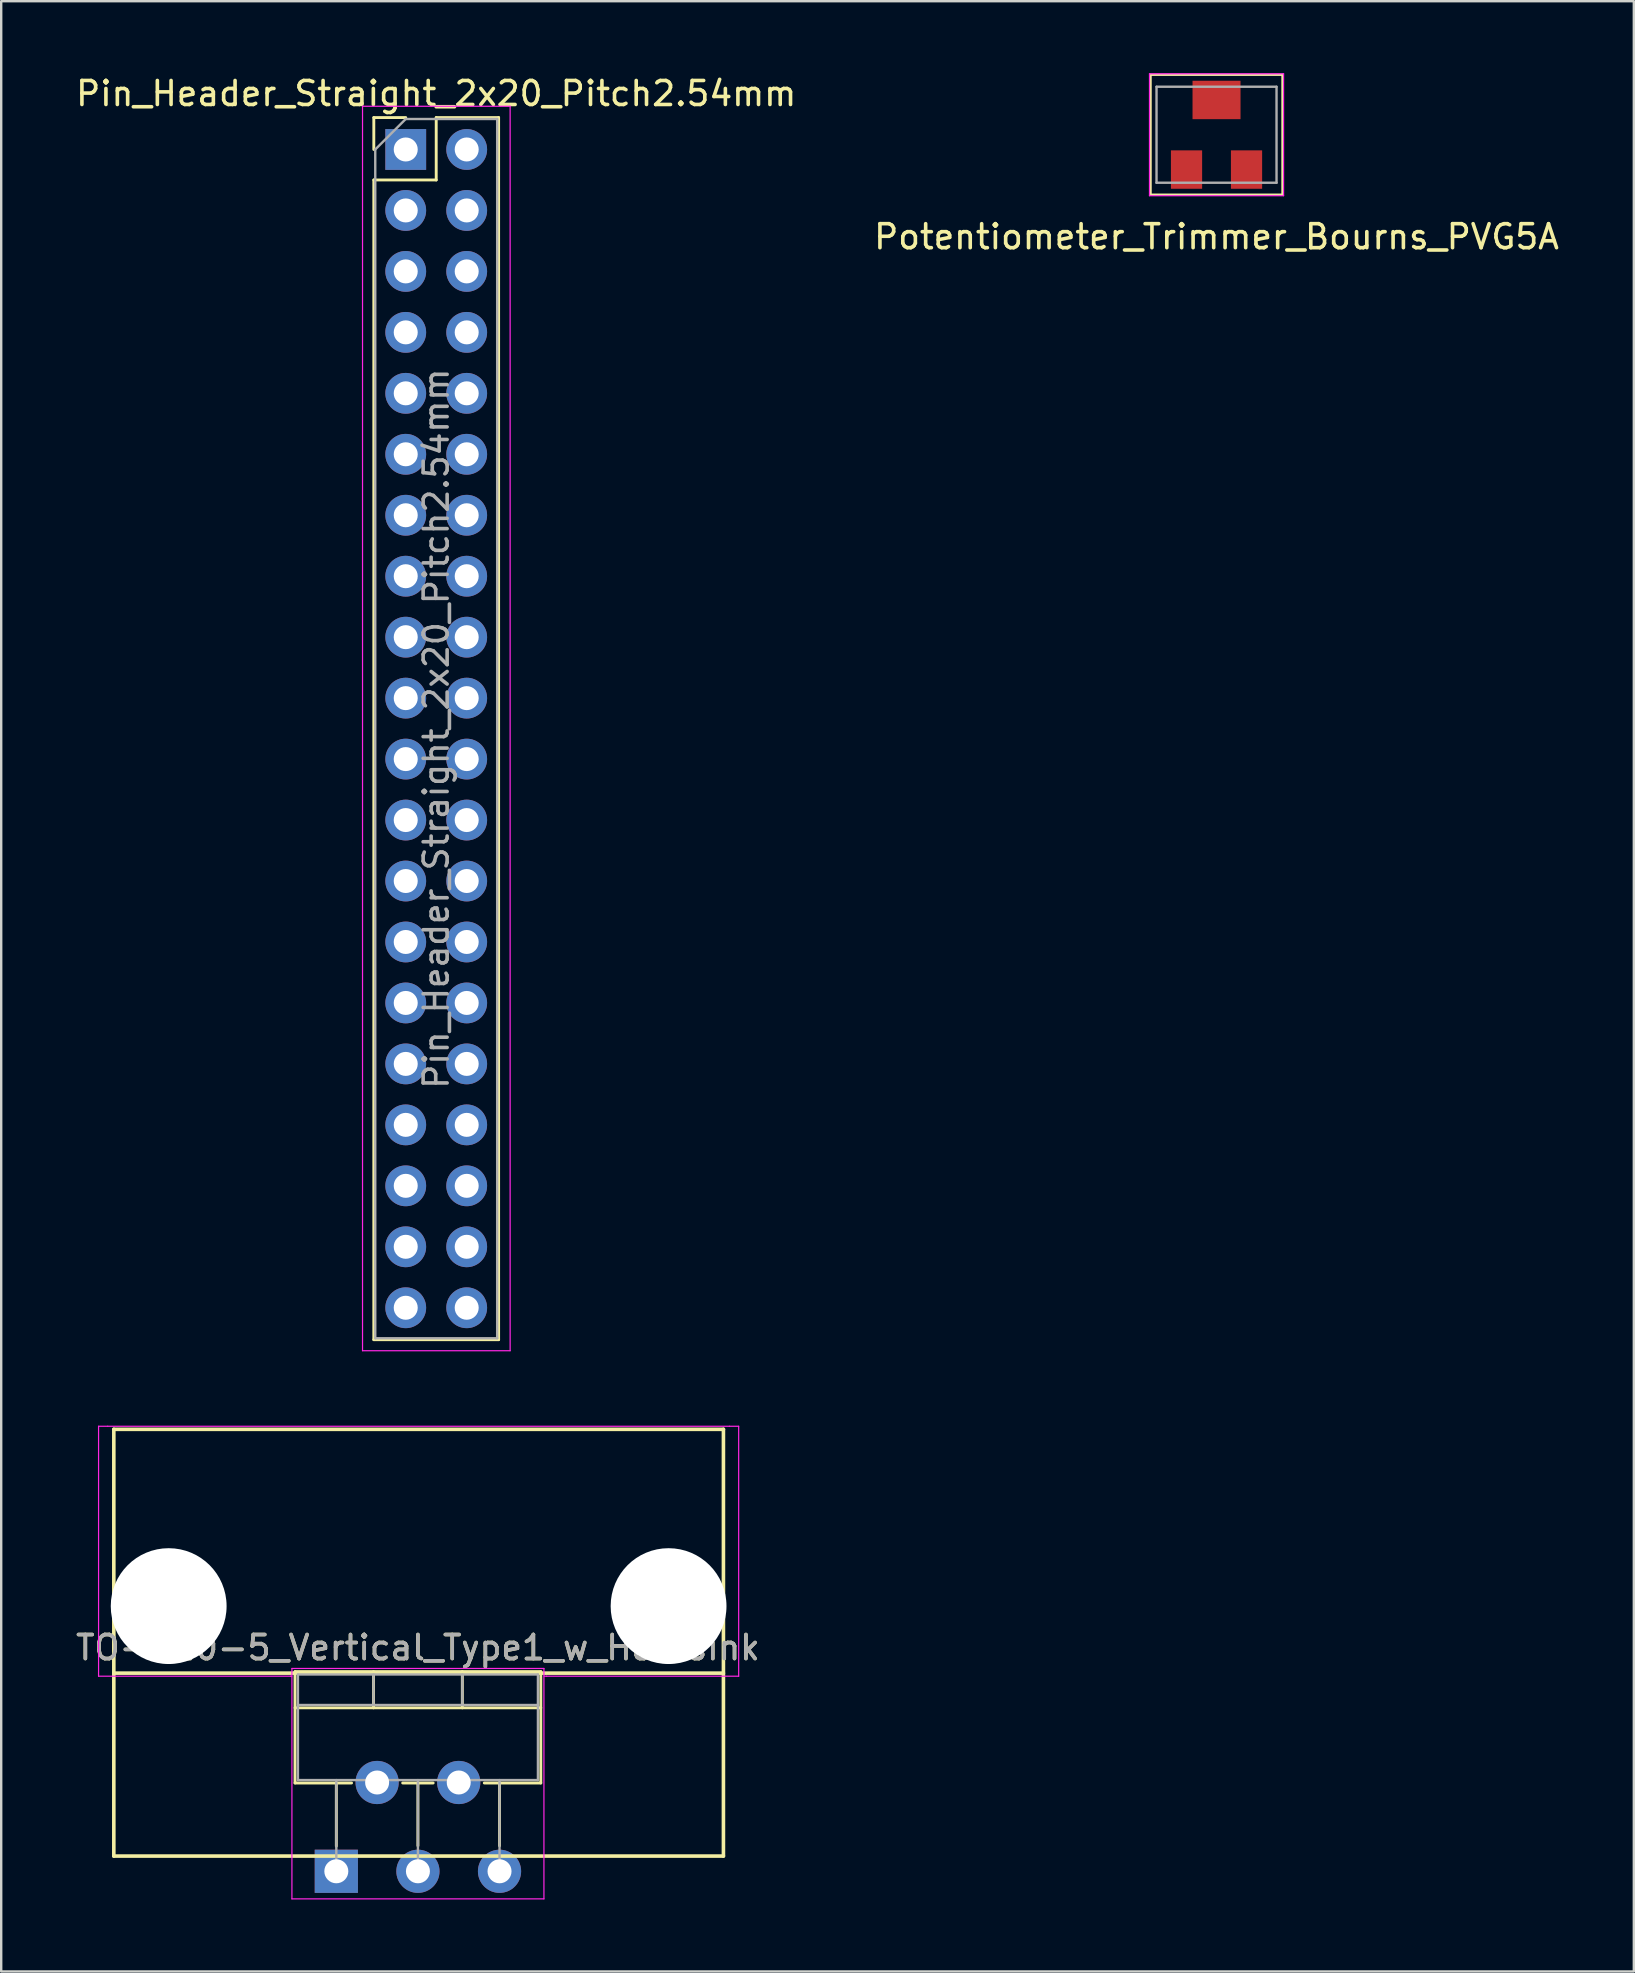
<source format=kicad_pcb>
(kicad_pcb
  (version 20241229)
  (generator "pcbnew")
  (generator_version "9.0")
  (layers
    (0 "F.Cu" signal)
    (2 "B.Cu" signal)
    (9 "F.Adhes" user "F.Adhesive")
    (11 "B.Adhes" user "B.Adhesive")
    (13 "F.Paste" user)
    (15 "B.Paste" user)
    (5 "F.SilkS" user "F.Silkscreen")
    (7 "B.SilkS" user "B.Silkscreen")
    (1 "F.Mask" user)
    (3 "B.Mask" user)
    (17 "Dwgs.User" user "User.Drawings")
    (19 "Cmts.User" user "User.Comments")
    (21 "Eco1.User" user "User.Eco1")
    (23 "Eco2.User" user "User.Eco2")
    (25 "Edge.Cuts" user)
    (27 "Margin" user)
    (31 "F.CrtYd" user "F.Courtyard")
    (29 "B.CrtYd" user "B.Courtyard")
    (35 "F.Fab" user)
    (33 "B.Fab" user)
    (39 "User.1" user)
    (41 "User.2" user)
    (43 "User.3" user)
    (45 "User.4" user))
  (footprint "Pin_Header_Straight_2x20_Pitch2.54mm"
    (layer "F.Cu")
    (at 13.855 3.178)
    (property "Reference" "Pin_Header_Straight_2x20_Pitch2.54mm" (at 1.27 -2.33 0) (layer "F.SilkS") (effects (font (size 1 1) (thickness 0.15))))
    (attr through_hole)
    (fp_line (start -1.33 -1.33) (end 0 -1.33) (stroke (width 0.12) (type solid)) (layer "F.SilkS"))
    (fp_line (start -1.33 0) (end -1.33 -1.33) (stroke (width 0.12) (type solid)) (layer "F.SilkS"))
    (fp_line (start -1.33 1.27) (end -1.33 49.59) (stroke (width 0.12) (type solid)) (layer "F.SilkS"))
    (fp_line (start -1.33 1.27) (end 1.27 1.27) (stroke (width 0.12) (type solid)) (layer "F.SilkS"))
    (fp_line (start -1.33 49.59) (end 3.87 49.59) (stroke (width 0.12) (type solid)) (layer "F.SilkS"))
    (fp_line (start 1.27 -1.33) (end 3.87 -1.33) (stroke (width 0.12) (type solid)) (layer "F.SilkS"))
    (fp_line (start 1.27 1.27) (end 1.27 -1.33) (stroke (width 0.12) (type solid)) (layer "F.SilkS"))
    (fp_line (start 3.87 -1.33) (end 3.87 49.59) (stroke (width 0.12) (type solid)) (layer "F.SilkS"))
    (fp_line (start -1.8 -1.8) (end -1.8 50.05) (stroke (width 0.05) (type solid)) (layer "F.CrtYd"))
    (fp_line (start -1.8 50.05) (end 4.35 50.05) (stroke (width 0.05) (type solid)) (layer "F.CrtYd"))
    (fp_line (start 4.35 -1.8) (end -1.8 -1.8) (stroke (width 0.05) (type solid)) (layer "F.CrtYd"))
    (fp_line (start 4.35 50.05) (end 4.35 -1.8) (stroke (width 0.05) (type solid)) (layer "F.CrtYd"))
    (fp_line (start -1.27 0) (end 0 -1.27) (stroke (width 0.1) (type solid)) (layer "F.Fab"))
    (fp_line (start -1.27 49.53) (end -1.27 0) (stroke (width 0.1) (type solid)) (layer "F.Fab"))
    (fp_line (start 0 -1.27) (end 3.81 -1.27) (stroke (width 0.1) (type solid)) (layer "F.Fab"))
    (fp_line (start 3.81 -1.27) (end 3.81 49.53) (stroke (width 0.1) (type solid)) (layer "F.Fab"))
    (fp_line (start 3.81 49.53) (end -1.27 49.53) (stroke (width 0.1) (type solid)) (layer "F.Fab"))
    (fp_text user "${REFERENCE}" (at 1.27 24.13 90) (layer "F.Fab") (effects (font (size 1 1) (thickness 0.15))))
    (pad "1" thru_hole rect (at 0 0) (size 1.7 1.7) (drill 1) (layers "*.Cu" "*.Mask"))
    (pad "2" thru_hole oval (at 2.54 0) (size 1.7 1.7) (drill 1) (layers "*.Cu" "*.Mask"))
    (pad "3" thru_hole oval (at 0 2.54) (size 1.7 1.7) (drill 1) (layers "*.Cu" "*.Mask"))
    (pad "4" thru_hole oval (at 2.54 2.54) (size 1.7 1.7) (drill 1) (layers "*.Cu" "*.Mask"))
    (pad "5" thru_hole oval (at 0 5.08) (size 1.7 1.7) (drill 1) (layers "*.Cu" "*.Mask"))
    (pad "6" thru_hole oval (at 2.54 5.08) (size 1.7 1.7) (drill 1) (layers "*.Cu" "*.Mask"))
    (pad "7" thru_hole oval (at 0 7.62) (size 1.7 1.7) (drill 1) (layers "*.Cu" "*.Mask"))
    (pad "8" thru_hole oval (at 2.54 7.62) (size 1.7 1.7) (drill 1) (layers "*.Cu" "*.Mask"))
    (pad "9" thru_hole oval (at 0 10.16) (size 1.7 1.7) (drill 1) (layers "*.Cu" "*.Mask"))
    (pad "10" thru_hole oval (at 2.54 10.16) (size 1.7 1.7) (drill 1) (layers "*.Cu" "*.Mask"))
    (pad "11" thru_hole oval (at 0 12.7) (size 1.7 1.7) (drill 1) (layers "*.Cu" "*.Mask"))
    (pad "12" thru_hole oval (at 2.54 12.7) (size 1.7 1.7) (drill 1) (layers "*.Cu" "*.Mask"))
    (pad "13" thru_hole oval (at 0 15.24) (size 1.7 1.7) (drill 1) (layers "*.Cu" "*.Mask"))
    (pad "14" thru_hole oval (at 2.54 15.24) (size 1.7 1.7) (drill 1) (layers "*.Cu" "*.Mask"))
    (pad "15" thru_hole oval (at 0 17.78) (size 1.7 1.7) (drill 1) (layers "*.Cu" "*.Mask"))
    (pad "16" thru_hole oval (at 2.54 17.78) (size 1.7 1.7) (drill 1) (layers "*.Cu" "*.Mask"))
    (pad "17" thru_hole oval (at 0 20.32) (size 1.7 1.7) (drill 1) (layers "*.Cu" "*.Mask"))
    (pad "18" thru_hole oval (at 2.54 20.32) (size 1.7 1.7) (drill 1) (layers "*.Cu" "*.Mask"))
    (pad "19" thru_hole oval (at 0 22.86) (size 1.7 1.7) (drill 1) (layers "*.Cu" "*.Mask"))
    (pad "20" thru_hole oval (at 2.54 22.86) (size 1.7 1.7) (drill 1) (layers "*.Cu" "*.Mask"))
    (pad "21" thru_hole oval (at 0 25.4) (size 1.7 1.7) (drill 1) (layers "*.Cu" "*.Mask"))
    (pad "22" thru_hole oval (at 2.54 25.4) (size 1.7 1.7) (drill 1) (layers "*.Cu" "*.Mask"))
    (pad "23" thru_hole oval (at 0 27.94) (size 1.7 1.7) (drill 1) (layers "*.Cu" "*.Mask"))
    (pad "24" thru_hole oval (at 2.54 27.94) (size 1.7 1.7) (drill 1) (layers "*.Cu" "*.Mask"))
    (pad "25" thru_hole oval (at 0 30.48) (size 1.7 1.7) (drill 1) (layers "*.Cu" "*.Mask"))
    (pad "26" thru_hole oval (at 2.54 30.48) (size 1.7 1.7) (drill 1) (layers "*.Cu" "*.Mask"))
    (pad "27" thru_hole oval (at 0 33.02) (size 1.7 1.7) (drill 1) (layers "*.Cu" "*.Mask"))
    (pad "28" thru_hole oval (at 2.54 33.02) (size 1.7 1.7) (drill 1) (layers "*.Cu" "*.Mask"))
    (pad "29" thru_hole oval (at 0 35.56) (size 1.7 1.7) (drill 1) (layers "*.Cu" "*.Mask"))
    (pad "30" thru_hole oval (at 2.54 35.56) (size 1.7 1.7) (drill 1) (layers "*.Cu" "*.Mask"))
    (pad "31" thru_hole oval (at 0 38.1) (size 1.7 1.7) (drill 1) (layers "*.Cu" "*.Mask"))
    (pad "32" thru_hole oval (at 2.54 38.1) (size 1.7 1.7) (drill 1) (layers "*.Cu" "*.Mask"))
    (pad "33" thru_hole oval (at 0 40.64) (size 1.7 1.7) (drill 1) (layers "*.Cu" "*.Mask"))
    (pad "34" thru_hole oval (at 2.54 40.64) (size 1.7 1.7) (drill 1) (layers "*.Cu" "*.Mask"))
    (pad "35" thru_hole oval (at 0 43.18) (size 1.7 1.7) (drill 1) (layers "*.Cu" "*.Mask"))
    (pad "36" thru_hole oval (at 2.54 43.18) (size 1.7 1.7) (drill 1) (layers "*.Cu" "*.Mask"))
    (pad "37" thru_hole oval (at 0 45.72) (size 1.7 1.7) (drill 1) (layers "*.Cu" "*.Mask"))
    (pad "38" thru_hole oval (at 2.54 45.72) (size 1.7 1.7) (drill 1) (layers "*.Cu" "*.Mask"))
    (pad "39" thru_hole oval (at 0 48.26) (size 1.7 1.7) (drill 1) (layers "*.Cu" "*.Mask"))
    (pad "40" thru_hole oval (at 2.54 48.26) (size 1.7 1.7) (drill 1) (layers "*.Cu" "*.Mask")))
  (footprint "Potentiometer_Trimmer_Bourns_PVG5A"
    (layer "F.Cu")
    (at 47.637 2.565)
    (property "Reference" "Potentiometer_Trimmer_Bourns_PVG5A" (at 0 4.25 0) (layer "F.SilkS") (effects (font (size 1 1) (thickness 0.15))))
    (attr through_hole)
    (fp_line (start -2.75 -2.5) (end 2.75 -2.5) (stroke (width 0.1) (type solid)) (layer "F.SilkS"))
    (fp_line (start -2.75 2.5) (end -2.75 -2.5) (stroke (width 0.1) (type solid)) (layer "F.SilkS"))
    (fp_line (start 2.75 -2.5) (end 2.75 2.5) (stroke (width 0.1) (type solid)) (layer "F.SilkS"))
    (fp_line (start 2.75 2.5) (end -2.75 2.5) (stroke (width 0.1) (type solid)) (layer "F.SilkS"))
    (fp_line (start -2.794 -2.54) (end 2.794 -2.54) (stroke (width 0.05) (type solid)) (layer "F.CrtYd"))
    (fp_line (start -2.794 2.54) (end -2.794 -2.54) (stroke (width 0.05) (type solid)) (layer "F.CrtYd"))
    (fp_line (start 2.794 -2.54) (end 2.794 2.54) (stroke (width 0.05) (type solid)) (layer "F.CrtYd"))
    (fp_line (start 2.794 2.54) (end -2.794 2.54) (stroke (width 0.05) (type solid)) (layer "F.CrtYd"))
    (fp_line (start -2.5 -2) (end 2.5 -2) (stroke (width 0.1) (type solid)) (layer "F.Fab"))
    (fp_line (start -2.5 2) (end -2.5 -2) (stroke (width 0.1) (type solid)) (layer "F.Fab"))
    (fp_line (start 2.5 -2) (end 2.5 2) (stroke (width 0.1) (type solid)) (layer "F.Fab"))
    (fp_line (start 2.5 2) (end -2.5 2) (stroke (width 0.1) (type solid)) (layer "F.Fab"))
    (pad "1" smd rect (at -1.25 1.45) (size 1.3 1.6) (layers "F.Cu" "F.Mask" "F.Paste"))
    (pad "2" smd rect (at 0 -1.45) (size 2 1.6) (layers "F.Cu" "F.Mask" "F.Paste"))
    (pad "3" smd rect (at 1.25 1.45) (size 1.3 1.6) (layers "F.Cu" "F.Mask" "F.Paste")))
  (footprint "TO-220-5_Vertical_Type1_w_Heatsink"
    (layer "F.Cu")
    (at 1.692 56.503)
    (property "Reference" "TO-220-5_Vertical_Type1_w_Heatsink" (at 12.671 9.095 0) (layer "F.SilkS") (effects (font (size 1 1) (thickness 0.15))))
    (attr through_hole)
    (fp_line (start 0 0) (end 25.4 0) (stroke (width 0.15) (type solid)) (layer "F.SilkS"))
    (fp_line (start 0 17.78) (end 0 0) (stroke (width 0.15) (type solid)) (layer "F.SilkS"))
    (fp_line (start 7.55 10.095) (end 7.55 14.736) (stroke (width 0.12) (type solid)) (layer "F.SilkS"))
    (fp_line (start 7.55 10.095) (end 17.791 10.095) (stroke (width 0.12) (type solid)) (layer "F.SilkS"))
    (fp_line (start 7.55 11.604) (end 17.791 11.604) (stroke (width 0.12) (type solid)) (layer "F.SilkS"))
    (fp_line (start 7.55 14.736) (end 9.906 14.736) (stroke (width 0.12) (type solid)) (layer "F.SilkS"))
    (fp_line (start 9.271 14.736) (end 9.271 17.366) (stroke (width 0.12) (type solid)) (layer "F.SilkS"))
    (fp_line (start 10.821 10.095) (end 10.821 11.604) (stroke (width 0.12) (type solid)) (layer "F.SilkS"))
    (fp_line (start 12.036 14.736) (end 13.306 14.736) (stroke (width 0.12) (type solid)) (layer "F.SilkS"))
    (fp_line (start 12.671 14.736) (end 12.671 17.35) (stroke (width 0.12) (type solid)) (layer "F.SilkS"))
    (fp_line (start 14.521 10.095) (end 14.521 11.604) (stroke (width 0.12) (type solid)) (layer "F.SilkS"))
    (fp_line (start 15.436 14.736) (end 17.791 14.736) (stroke (width 0.12) (type solid)) (layer "F.SilkS"))
    (fp_line (start 16.071 14.736) (end 16.071 17.35) (stroke (width 0.12) (type solid)) (layer "F.SilkS"))
    (fp_line (start 17.791 10.095) (end 17.791 14.736) (stroke (width 0.12) (type solid)) (layer "F.SilkS"))
    (fp_line (start 25.4 0) (end 25.4 17.78) (stroke (width 0.15) (type solid)) (layer "F.SilkS"))
    (fp_line (start 25.4 10.16) (end 0 10.16) (stroke (width 0.15) (type solid)) (layer "F.SilkS"))
    (fp_line (start 25.4 17.78) (end 0 17.78) (stroke (width 0.15) (type solid)) (layer "F.SilkS"))
    (fp_line (start -0.635 -0.127) (end -0.254 -0.127) (stroke (width 0.05) (type solid)) (layer "F.CrtYd"))
    (fp_line (start -0.635 10.287) (end -0.635 -0.127) (stroke (width 0.05) (type solid)) (layer "F.CrtYd"))
    (fp_line (start -0.254 -0.127) (end 25.654 -0.127) (stroke (width 0.05) (type solid)) (layer "F.CrtYd"))
    (fp_line (start 7.366 10.287) (end -0.635 10.287) (stroke (width 0.05) (type solid)) (layer "F.CrtYd"))
    (fp_line (start 7.366 10.287) (end 7.417 10.287) (stroke (width 0.05) (type solid)) (layer "F.CrtYd"))
    (fp_line (start 7.421 9.965) (end 7.421 19.565) (stroke (width 0.05) (type solid)) (layer "F.CrtYd"))
    (fp_line (start 7.421 19.565) (end 17.921 19.565) (stroke (width 0.05) (type solid)) (layer "F.CrtYd"))
    (fp_line (start 17.921 9.965) (end 7.421 9.965) (stroke (width 0.05) (type solid)) (layer "F.CrtYd"))
    (fp_line (start 17.921 19.565) (end 17.921 9.965) (stroke (width 0.05) (type solid)) (layer "F.CrtYd"))
    (fp_line (start 18.034 10.287) (end 17.932 10.287) (stroke (width 0.05) (type solid)) (layer "F.CrtYd"))
    (fp_line (start 18.034 10.287) (end 26.035 10.287) (stroke (width 0.05) (type solid)) (layer "F.CrtYd"))
    (fp_line (start 26.035 -0.127) (end 25.654 -0.127) (stroke (width 0.05) (type solid)) (layer "F.CrtYd"))
    (fp_line (start 26.035 10.287) (end 26.035 -0.127) (stroke (width 0.05) (type solid)) (layer "F.CrtYd"))
    (fp_line (start 7.671 10.215) (end 7.671 14.615) (stroke (width 0.1) (type solid)) (layer "F.Fab"))
    (fp_line (start 7.671 11.485) (end 17.671 11.485) (stroke (width 0.1) (type solid)) (layer "F.Fab"))
    (fp_line (start 7.671 14.615) (end 17.671 14.615) (stroke (width 0.1) (type solid)) (layer "F.Fab"))
    (fp_line (start 9.271 14.615) (end 9.271 18.415) (stroke (width 0.1) (type solid)) (layer "F.Fab"))
    (fp_line (start 10.821 10.215) (end 10.821 11.485) (stroke (width 0.1) (type solid)) (layer "F.Fab"))
    (fp_line (start 10.971 14.615) (end 10.971 14.715) (stroke (width 0.1) (type solid)) (layer "F.Fab"))
    (fp_line (start 12.671 14.615) (end 12.671 18.415) (stroke (width 0.1) (type solid)) (layer "F.Fab"))
    (fp_line (start 14.371 14.615) (end 14.371 14.715) (stroke (width 0.1) (type solid)) (layer "F.Fab"))
    (fp_line (start 14.521 10.215) (end 14.521 11.485) (stroke (width 0.1) (type solid)) (layer "F.Fab"))
    (fp_line (start 16.071 14.615) (end 16.071 18.415) (stroke (width 0.1) (type solid)) (layer "F.Fab"))
    (fp_line (start 17.671 10.215) (end 7.671 10.215) (stroke (width 0.1) (type solid)) (layer "F.Fab"))
    (fp_line (start 17.671 14.615) (end 17.671 10.215) (stroke (width 0.1) (type solid)) (layer "F.Fab"))
    (fp_text user "${REFERENCE}" (at 12.671 9.095 0) (layer "F.Fab") (effects (font (size 1 1) (thickness 0.15))))
    (pad "" np_thru_hole circle (at 2.286 7.366) (size 4.826 4.826) (drill 4.826) (layers "*.Cu" "*.Mask"))
    (pad "" np_thru_hole circle (at 23.114 7.366) (size 4.826 4.826) (drill 4.826) (layers "*.Cu" "*.Mask"))
    (pad "1" thru_hole rect (at 9.271 18.415) (size 1.8 1.8) (drill 1) (layers "*.Cu" "*.Mask"))
    (pad "2" thru_hole oval (at 10.971 14.715) (size 1.8 1.8) (drill 1) (layers "*.Cu" "*.Mask"))
    (pad "3" thru_hole oval (at 12.671 18.415) (size 1.8 1.8) (drill 1) (layers "*.Cu" "*.Mask"))
    (pad "4" thru_hole oval (at 14.371 14.715) (size 1.8 1.8) (drill 1) (layers "*.Cu" "*.Mask"))
    (pad "5" thru_hole oval (at 16.071 18.415) (size 1.8 1.8) (drill 1) (layers "*.Cu" "*.Mask")))
  (gr_rect
    (start -3 -3)
    (end 65.024 79.093)
    (stroke (width 0.1) (type default))
    (fill no)
    (layer "Edge.Cuts")))
</source>
